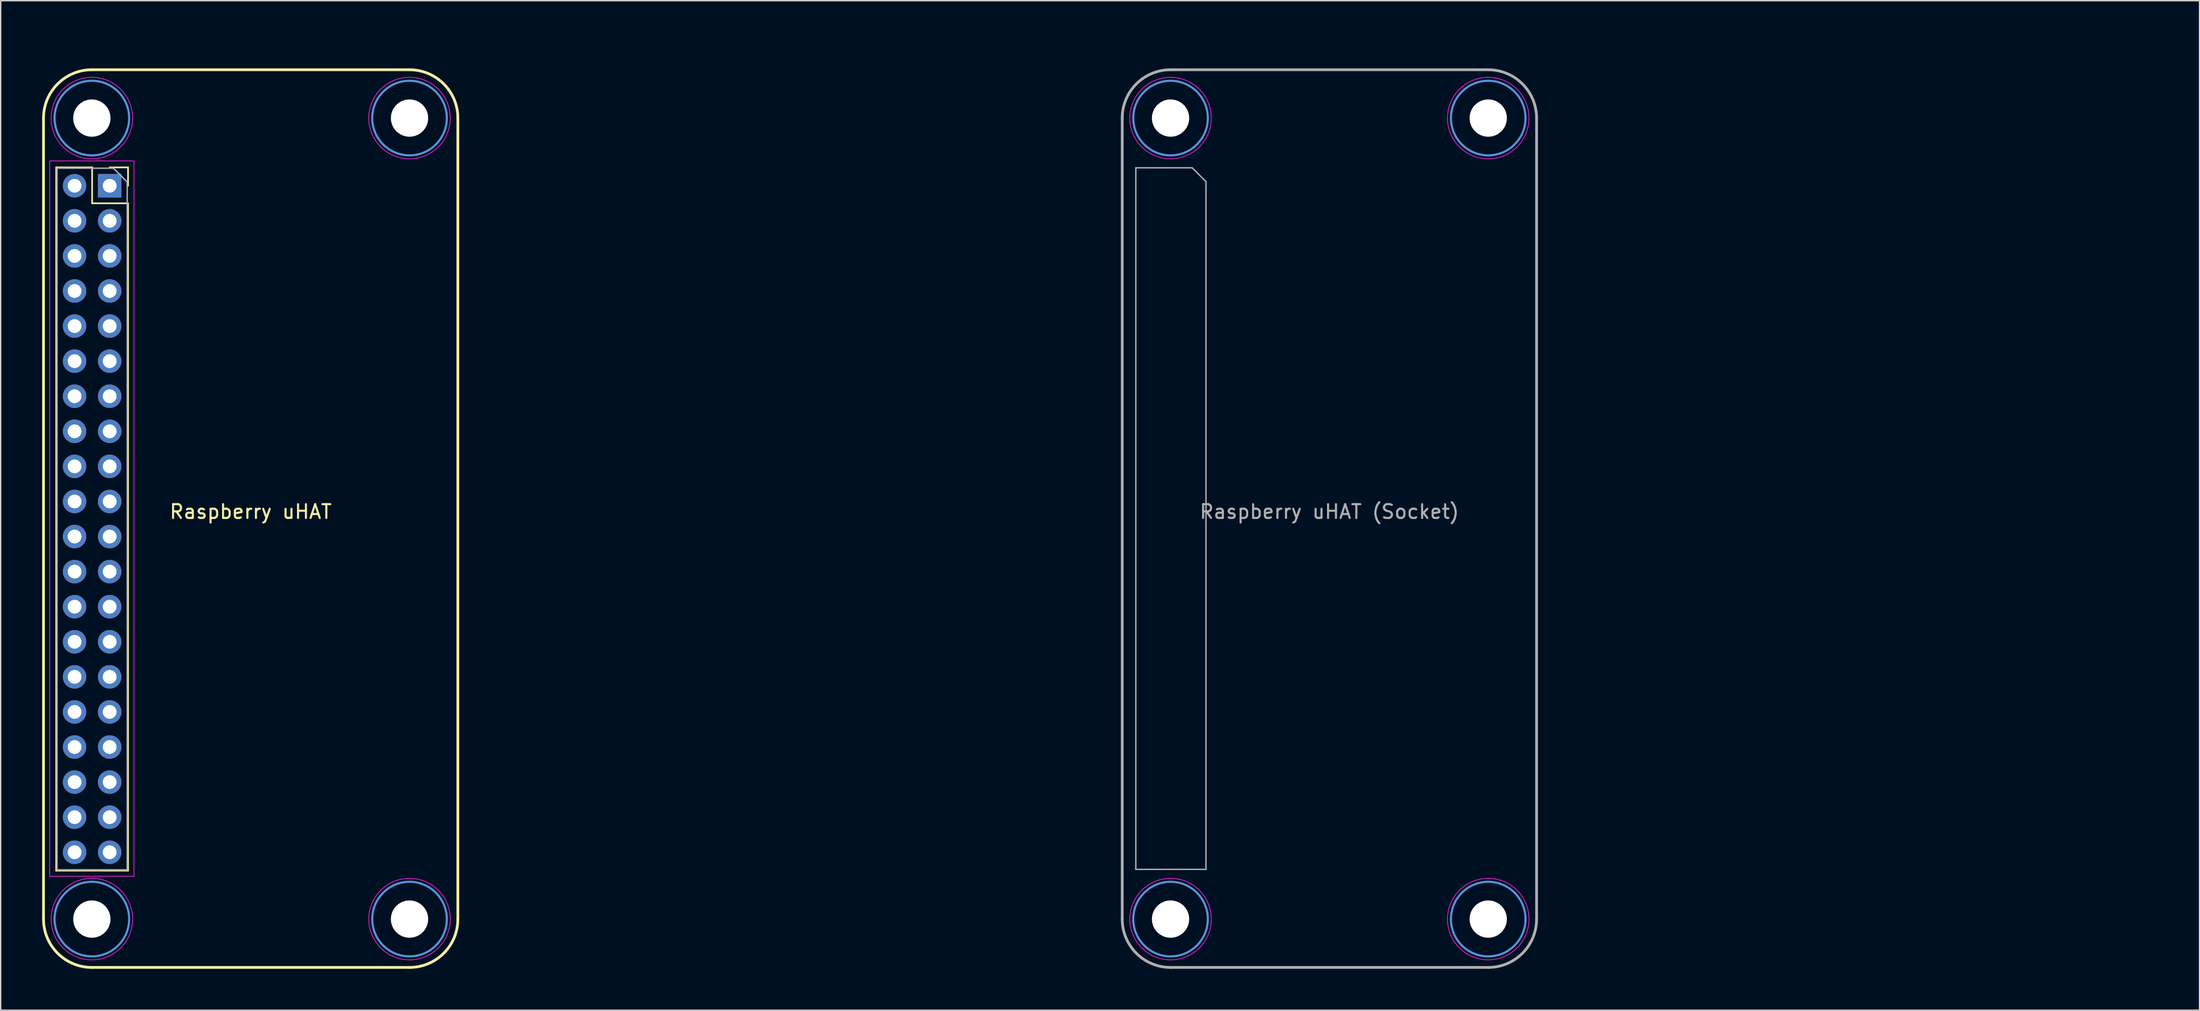
<source format=kicad_pcb>
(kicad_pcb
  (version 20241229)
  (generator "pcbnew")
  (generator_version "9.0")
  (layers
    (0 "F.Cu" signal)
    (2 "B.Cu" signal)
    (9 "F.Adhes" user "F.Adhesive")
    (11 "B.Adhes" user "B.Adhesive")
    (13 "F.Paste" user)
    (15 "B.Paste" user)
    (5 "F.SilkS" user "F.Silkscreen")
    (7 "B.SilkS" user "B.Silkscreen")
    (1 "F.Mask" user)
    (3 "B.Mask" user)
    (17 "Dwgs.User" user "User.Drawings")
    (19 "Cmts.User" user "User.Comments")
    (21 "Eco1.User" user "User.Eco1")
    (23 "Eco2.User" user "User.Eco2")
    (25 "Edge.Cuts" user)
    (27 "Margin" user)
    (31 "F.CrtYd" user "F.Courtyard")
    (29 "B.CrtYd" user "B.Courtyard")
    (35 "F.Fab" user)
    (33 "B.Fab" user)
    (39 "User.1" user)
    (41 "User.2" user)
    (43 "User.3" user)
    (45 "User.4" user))
  (footprint "Raspberry uHAT (Socket)"
    (layer "F.Cu")
    (at 93.2 34.5)
    (property "Reference" "Raspberry uHAT (Socket)" (at 0 -0.5 0) (unlocked yes) (layer "F.Fab") (effects (font (size 1 1) (thickness 0.15))))
    (attr smd)
    (fp_circle (center -11.5 -29) (end -8.8 -29) (stroke (width 0.15) (type solid)) (fill no) (layer "Cmts.User"))
    (fp_circle (center -11.5 29) (end -8.8 29) (stroke (width 0.15) (type solid)) (fill no) (layer "Cmts.User"))
    (fp_circle (center 11.5 -29) (end 14.2 -29) (stroke (width 0.15) (type solid)) (fill no) (layer "Cmts.User"))
    (fp_circle (center 11.5 29) (end 14.2 29) (stroke (width 0.15) (type solid)) (fill no) (layer "Cmts.User"))
    (fp_circle (center -11.5 -29) (end -8.55 -29) (stroke (width 0.05) (type solid)) (fill no) (layer "F.CrtYd"))
    (fp_circle (center -11.5 29) (end -8.55 29) (stroke (width 0.05) (type solid)) (fill no) (layer "F.CrtYd"))
    (fp_circle (center 11.5 -29) (end 14.45 -29) (stroke (width 0.05) (type solid)) (fill no) (layer "F.CrtYd"))
    (fp_circle (center 11.5 29) (end 14.45 29) (stroke (width 0.05) (type solid)) (fill no) (layer "F.CrtYd"))
    (fp_line (start -15 29) (end -15 -29) (stroke (width 0.2) (type solid)) (layer "F.Fab"))
    (fp_line (start -14.015 -25.4) (end -9.935 -25.4) (stroke (width 0.1) (type solid)) (layer "F.Fab"))
    (fp_line (start -14.015 25.4) (end -14.015 -25.4) (stroke (width 0.1) (type solid)) (layer "F.Fab"))
    (fp_line (start -11.5 -32.5) (end 11.5 -32.5) (stroke (width 0.2) (type solid)) (layer "F.Fab"))
    (fp_line (start -11.5 32.5) (end 11.5 32.5) (stroke (width 0.2) (type solid)) (layer "F.Fab"))
    (fp_line (start -9.935 -25.4) (end -8.935 -24.4) (stroke (width 0.1) (type solid)) (layer "F.Fab"))
    (fp_line (start -8.935 -24.4) (end -8.935 25.4) (stroke (width 0.1) (type solid)) (layer "F.Fab"))
    (fp_line (start -8.935 25.4) (end -14.015 25.4) (stroke (width 0.1) (type solid)) (layer "F.Fab"))
    (fp_line (start 15 29) (end 15 -29) (stroke (width 0.2) (type solid)) (layer "F.Fab"))
    (fp_arc (start -15 -29) (mid -13.974874 -31.474873) (end -11.5 -32.5) (stroke (width 0.2) (type solid)) (layer "F.Fab"))
    (fp_arc (start -11.5 32.5) (mid -13.974873 31.474874) (end -15 29) (stroke (width 0.2) (type solid)) (layer "F.Fab"))
    (fp_arc (start 11.5 -32.5) (mid 13.974873 -31.474874) (end 15 -29) (stroke (width 0.2) (type solid)) (layer "F.Fab"))
    (fp_arc (start 15 29) (mid 13.974874 31.474873) (end 11.5 32.5) (stroke (width 0.2) (type solid)) (layer "F.Fab"))
    (pad "" np_thru_hole circle (at -11.5 -29 90) (size 2.7 2.7) (drill 2.7) (layers "*.Cu" "*.Mask"))
    (pad "" np_thru_hole circle (at -11.5 29 90) (size 2.7 2.7) (drill 2.7) (layers "*.Cu" "*.Mask"))
    (pad "" np_thru_hole circle (at 11.5 -29 270) (size 2.7 2.7) (drill 2.7) (layers "*.Cu" "*.Mask"))
    (pad "" np_thru_hole circle (at 11.5 29 270) (size 2.7 2.7) (drill 2.7) (layers "*.Cu" "*.Mask"))
    (zone (net_name "") (layer "F.Cu") (hatch edge 0.508) (connect_pads) (min_thickness 0.254) (filled_areas_thickness no) (keepout (tracks allowed) (vias allowed) (pads allowed) (copperpour allowed) (footprints not_allowed)) (placement (enabled no)) (fill) (polygon (pts (xy 97.2 2) (xy 86.2 2) (xy 86.2 0) (xy 97.2 0))))
    (zone (net_name "") (layer "F.Cu") (hatch edge 0.508) (connect_pads) (min_thickness 0.254) (filled_areas_thickness no) (keepout (tracks allowed) (vias allowed) (pads allowed) (copperpour allowed) (footprints not_allowed)) (placement (enabled no)) (fill) (polygon (pts (xy 153.2 62) (xy 108.2 62) (xy 108.2 52) (xy 153.2 52)))))
  (footprint "Raspberry uHAT"
    (layer "F.Cu")
    (at 15.1 34.5)
    (property "Reference" "Raspberry uHAT" (at 0 -0.5 0) (unlocked yes) (layer "F.SilkS") (effects (font (size 1 1) (thickness 0.15))))
    (attr through_hole)
    (fp_line (start -15 29) (end -15 -29) (stroke (width 0.2) (type solid)) (layer "F.SilkS"))
    (fp_line (start -14.08 -25.43) (end -14.08 25.49) (stroke (width 0.12) (type solid)) (layer "F.SilkS"))
    (fp_line (start -14.08 -25.43) (end -11.48 -25.43) (stroke (width 0.12) (type solid)) (layer "F.SilkS"))
    (fp_line (start -14.08 25.49) (end -8.88 25.49) (stroke (width 0.12) (type solid)) (layer "F.SilkS"))
    (fp_line (start -11.5 -32.5) (end 11.5 -32.5) (stroke (width 0.2) (type solid)) (layer "F.SilkS"))
    (fp_line (start -11.5 32.5) (end 11.5 32.5) (stroke (width 0.2) (type solid)) (layer "F.SilkS"))
    (fp_line (start -11.48 -25.43) (end -11.48 -22.83) (stroke (width 0.12) (type solid)) (layer "F.SilkS"))
    (fp_line (start -11.48 -22.83) (end -8.88 -22.83) (stroke (width 0.12) (type solid)) (layer "F.SilkS"))
    (fp_line (start -10.21 -25.43) (end -8.88 -25.43) (stroke (width 0.12) (type solid)) (layer "F.SilkS"))
    (fp_line (start -8.88 -25.43) (end -8.88 -24.1) (stroke (width 0.12) (type solid)) (layer "F.SilkS"))
    (fp_line (start -8.88 -22.83) (end -8.88 25.49) (stroke (width 0.12) (type solid)) (layer "F.SilkS"))
    (fp_line (start 15 29) (end 15 -29) (stroke (width 0.2) (type solid)) (layer "F.SilkS"))
    (fp_arc (start -15 -29) (mid -13.974873 -31.474873) (end -11.5 -32.5) (stroke (width 0.2) (type solid)) (layer "F.SilkS"))
    (fp_arc (start -11.5 32.5) (mid -13.974873 31.474873) (end -15 29) (stroke (width 0.2) (type solid)) (layer "F.SilkS"))
    (fp_arc (start 11.5 -32.5) (mid 13.974873 -31.474873) (end 15 -29) (stroke (width 0.2) (type solid)) (layer "F.SilkS"))
    (fp_arc (start 15 29) (mid 13.974873 31.474873) (end 11.5 32.5) (stroke (width 0.2) (type solid)) (layer "F.SilkS"))
    (fp_circle (center -11.5 -29) (end -8.8 -29) (stroke (width 0.15) (type solid)) (fill no) (layer "Cmts.User"))
    (fp_circle (center -11.5 29) (end -8.8 29) (stroke (width 0.15) (type solid)) (fill no) (layer "Cmts.User"))
    (fp_circle (center 11.5 -29) (end 14.2 -29) (stroke (width 0.15) (type solid)) (fill no) (layer "Cmts.User"))
    (fp_circle (center 11.5 29) (end 14.2 29) (stroke (width 0.15) (type solid)) (fill no) (layer "Cmts.User"))
    (fp_line (start -14.55 -25.9) (end -8.45 -25.9) (stroke (width 0.05) (type solid)) (layer "F.CrtYd"))
    (fp_line (start -14.55 25.9) (end -14.55 -25.9) (stroke (width 0.05) (type solid)) (layer "F.CrtYd"))
    (fp_line (start -8.45 -25.9) (end -8.45 25.9) (stroke (width 0.05) (type solid)) (layer "F.CrtYd"))
    (fp_line (start -8.45 25.9) (end -14.55 25.9) (stroke (width 0.05) (type solid)) (layer "F.CrtYd"))
    (fp_circle (center -11.5 -29) (end -8.55 -29) (stroke (width 0.05) (type solid)) (fill no) (layer "F.CrtYd"))
    (fp_circle (center -11.5 29) (end -8.55 29) (stroke (width 0.05) (type solid)) (fill no) (layer "F.CrtYd"))
    (fp_circle (center 11.5 -29) (end 14.45 -29) (stroke (width 0.05) (type solid)) (fill no) (layer "F.CrtYd"))
    (fp_circle (center 11.5 29) (end 14.45 29) (stroke (width 0.05) (type solid)) (fill no) (layer "F.CrtYd"))
    (fp_line (start -14.02 -25.37) (end -9.94 -25.37) (stroke (width 0.1) (type solid)) (layer "F.Fab"))
    (fp_line (start -14.02 25.43) (end -14.02 -25.37) (stroke (width 0.1) (type solid)) (layer "F.Fab"))
    (fp_line (start -9.94 -25.37) (end -8.94 -24.37) (stroke (width 0.1) (type solid)) (layer "F.Fab"))
    (fp_line (start -8.94 -24.37) (end -8.94 25.43) (stroke (width 0.1) (type solid)) (layer "F.Fab"))
    (fp_line (start -8.94 25.43) (end -14.02 25.43) (stroke (width 0.1) (type solid)) (layer "F.Fab"))
    (pad "" np_thru_hole circle (at -11.5 -29 90) (size 2.7 2.7) (drill 2.7) (layers "*.Cu" "*.Mask"))
    (pad "" np_thru_hole circle (at -11.5 29 90) (size 2.7 2.7) (drill 2.7) (layers "*.Cu" "*.Mask"))
    (pad "" np_thru_hole circle (at 11.5 -29 270) (size 2.7 2.7) (drill 2.7) (layers "*.Cu" "*.Mask"))
    (pad "" np_thru_hole circle (at 11.5 29 270) (size 2.7 2.7) (drill 2.7) (layers "*.Cu" "*.Mask"))
    (pad "1" thru_hole rect (at -10.21 -24.1) (size 1.7 1.7) (drill 1) (layers "*.Cu" "*.Mask"))
    (pad "2" thru_hole oval (at -12.75 -24.1) (size 1.7 1.7) (drill 1) (layers "*.Cu" "*.Mask"))
    (pad "3" thru_hole oval (at -10.21 -21.56) (size 1.7 1.7) (drill 1) (layers "*.Cu" "*.Mask"))
    (pad "4" thru_hole oval (at -12.75 -21.56) (size 1.7 1.7) (drill 1) (layers "*.Cu" "*.Mask"))
    (pad "5" thru_hole oval (at -10.21 -19.02) (size 1.7 1.7) (drill 1) (layers "*.Cu" "*.Mask"))
    (pad "6" thru_hole oval (at -12.75 -19.02) (size 1.7 1.7) (drill 1) (layers "*.Cu" "*.Mask"))
    (pad "7" thru_hole oval (at -10.21 -16.48) (size 1.7 1.7) (drill 1) (layers "*.Cu" "*.Mask"))
    (pad "8" thru_hole oval (at -12.75 -16.48) (size 1.7 1.7) (drill 1) (layers "*.Cu" "*.Mask"))
    (pad "9" thru_hole oval (at -10.21 -13.94) (size 1.7 1.7) (drill 1) (layers "*.Cu" "*.Mask"))
    (pad "10" thru_hole oval (at -12.75 -13.94) (size 1.7 1.7) (drill 1) (layers "*.Cu" "*.Mask"))
    (pad "11" thru_hole oval (at -10.21 -11.4) (size 1.7 1.7) (drill 1) (layers "*.Cu" "*.Mask"))
    (pad "12" thru_hole oval (at -12.75 -11.4) (size 1.7 1.7) (drill 1) (layers "*.Cu" "*.Mask"))
    (pad "13" thru_hole oval (at -10.21 -8.86) (size 1.7 1.7) (drill 1) (layers "*.Cu" "*.Mask"))
    (pad "14" thru_hole oval (at -12.75 -8.86) (size 1.7 1.7) (drill 1) (layers "*.Cu" "*.Mask"))
    (pad "15" thru_hole oval (at -10.21 -6.32) (size 1.7 1.7) (drill 1) (layers "*.Cu" "*.Mask"))
    (pad "16" thru_hole oval (at -12.75 -6.32) (size 1.7 1.7) (drill 1) (layers "*.Cu" "*.Mask"))
    (pad "17" thru_hole oval (at -10.21 -3.78) (size 1.7 1.7) (drill 1) (layers "*.Cu" "*.Mask"))
    (pad "18" thru_hole oval (at -12.75 -3.78) (size 1.7 1.7) (drill 1) (layers "*.Cu" "*.Mask"))
    (pad "19" thru_hole oval (at -10.21 -1.24) (size 1.7 1.7) (drill 1) (layers "*.Cu" "*.Mask"))
    (pad "20" thru_hole oval (at -12.75 -1.24) (size 1.7 1.7) (drill 1) (layers "*.Cu" "*.Mask"))
    (pad "21" thru_hole oval (at -10.21 1.3) (size 1.7 1.7) (drill 1) (layers "*.Cu" "*.Mask"))
    (pad "22" thru_hole oval (at -12.75 1.3) (size 1.7 1.7) (drill 1) (layers "*.Cu" "*.Mask"))
    (pad "23" thru_hole oval (at -10.21 3.84) (size 1.7 1.7) (drill 1) (layers "*.Cu" "*.Mask"))
    (pad "24" thru_hole oval (at -12.75 3.84) (size 1.7 1.7) (drill 1) (layers "*.Cu" "*.Mask"))
    (pad "25" thru_hole oval (at -10.21 6.38) (size 1.7 1.7) (drill 1) (layers "*.Cu" "*.Mask"))
    (pad "26" thru_hole oval (at -12.75 6.38) (size 1.7 1.7) (drill 1) (layers "*.Cu" "*.Mask"))
    (pad "27" thru_hole oval (at -10.21 8.92) (size 1.7 1.7) (drill 1) (layers "*.Cu" "*.Mask"))
    (pad "28" thru_hole oval (at -12.75 8.92) (size 1.7 1.7) (drill 1) (layers "*.Cu" "*.Mask"))
    (pad "29" thru_hole oval (at -10.21 11.46) (size 1.7 1.7) (drill 1) (layers "*.Cu" "*.Mask"))
    (pad "30" thru_hole oval (at -12.75 11.46) (size 1.7 1.7) (drill 1) (layers "*.Cu" "*.Mask"))
    (pad "31" thru_hole oval (at -10.21 14) (size 1.7 1.7) (drill 1) (layers "*.Cu" "*.Mask"))
    (pad "32" thru_hole oval (at -12.75 14) (size 1.7 1.7) (drill 1) (layers "*.Cu" "*.Mask"))
    (pad "33" thru_hole oval (at -10.21 16.54) (size 1.7 1.7) (drill 1) (layers "*.Cu" "*.Mask"))
    (pad "34" thru_hole oval (at -12.75 16.54) (size 1.7 1.7) (drill 1) (layers "*.Cu" "*.Mask"))
    (pad "35" thru_hole oval (at -10.21 19.08) (size 1.7 1.7) (drill 1) (layers "*.Cu" "*.Mask"))
    (pad "36" thru_hole oval (at -12.75 19.08) (size 1.7 1.7) (drill 1) (layers "*.Cu" "*.Mask"))
    (pad "37" thru_hole oval (at -10.21 21.62) (size 1.7 1.7) (drill 1) (layers "*.Cu" "*.Mask"))
    (pad "38" thru_hole oval (at -12.75 21.62) (size 1.7 1.7) (drill 1) (layers "*.Cu" "*.Mask"))
    (pad "39" thru_hole oval (at -10.21 24.16) (size 1.7 1.7) (drill 1) (layers "*.Cu" "*.Mask"))
    (pad "40" thru_hole oval (at -12.75 24.16) (size 1.7 1.7) (drill 1) (layers "*.Cu" "*.Mask"))
    (zone (net_name "") (layer "F.Cu") (hatch edge 0.508) (connect_pads) (min_thickness 0.254) (filled_areas_thickness no) (keepout (tracks allowed) (vias allowed) (pads allowed) (copperpour allowed) (footprints not_allowed)) (placement (enabled no)) (fill) (polygon (pts (xy 19.1 2) (xy 8.1 2) (xy 8.1 0) (xy 19.1 0))))
    (zone (net_name "") (layer "F.Cu") (hatch edge 0.508) (connect_pads) (min_thickness 0.254) (filled_areas_thickness no) (keepout (tracks allowed) (vias allowed) (pads allowed) (copperpour allowed) (footprints not_allowed)) (placement (enabled no)) (fill) (polygon (pts (xy 75.1 62) (xy 30.1 62) (xy 30.1 52) (xy 75.1 52)))))
  (gr_rect
    (start -3 -3)
    (end 156.2 70.1)
    (stroke (width 0.1) (type default))
    (fill no)
    (layer "Edge.Cuts")))
</source>
